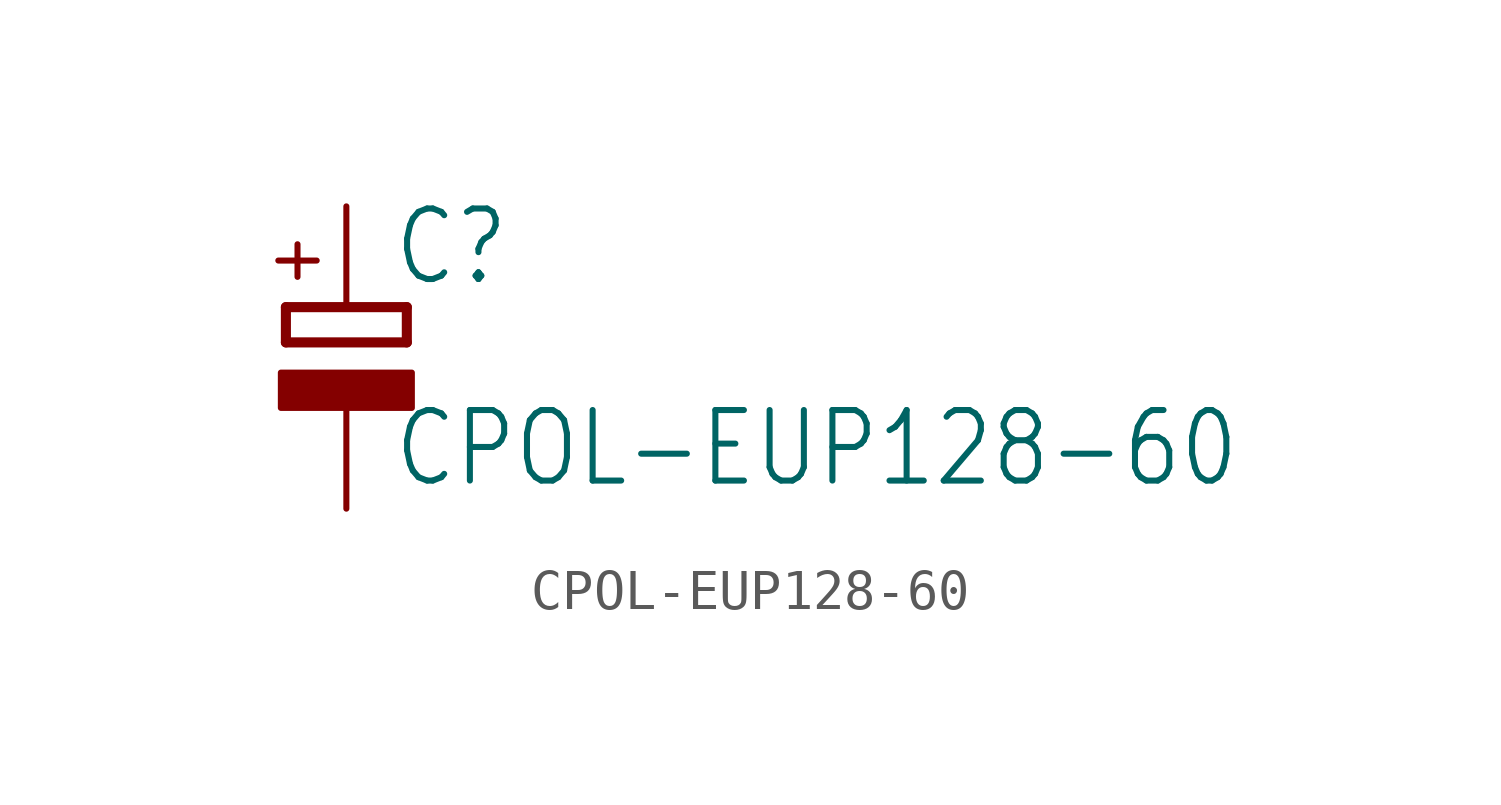
<source format=kicad_sym>
(kicad_symbol_lib
  (version 20220914)
  (generator kicad_symbol_editor)
  (symbol "CPOL-EUP128-60"
    (property "Reference" "C"
      (at 1.143 0.483 0)
      (effects (font (size 1.778 1.511)) (justify left bottom)))
    (property "Value" "CPOL-EUP128-60"
      (at 1.143 -4.597 0)
      (effects (font (size 1.778 1.511)) (justify left bottom)))
    (property "ki_locked" ""
      (at 0 0 0)
      (effects (font (size 1.27 1.27))))
    (symbol "CPOL-EUP128-60_1_0"
      (rectangle (start -1.651 -2.54) (end 1.651 -1.651) (stroke (width 0) (type default)) (fill (type outline)))
      (polyline (pts (xy -1.524 -0.889) (xy 1.524 -0.889)) (stroke (width 0.254) (type default)) (fill (type none)))
      (polyline (pts (xy -1.524 0) (xy -1.524 -0.889)) (stroke (width 0.254) (type default)) (fill (type none)))
      (polyline (pts (xy -1.524 0) (xy 1.524 0)) (stroke (width 0.254) (type default)) (fill (type none)))
      (polyline (pts (xy 1.524 -0.889) (xy 1.524 0)) (stroke (width 0.254) (type default)) (fill (type none)))
      (text "+" (at -0.584 0.406 900) (effects (font (size 1.27 1.079)) (justify left bottom)))
      (pin passive line (at 0 2.54 270) (length 2.54) (name "+" (effects (font (size 0 0)))) (number "+" (effects (font (size 0 0)))))
      (pin passive line (at 0 -5.08 90) (length 2.54) (name "-" (effects (font (size 0 0)))) (number "-" (effects (font (size 0 0))))))))
</source>
